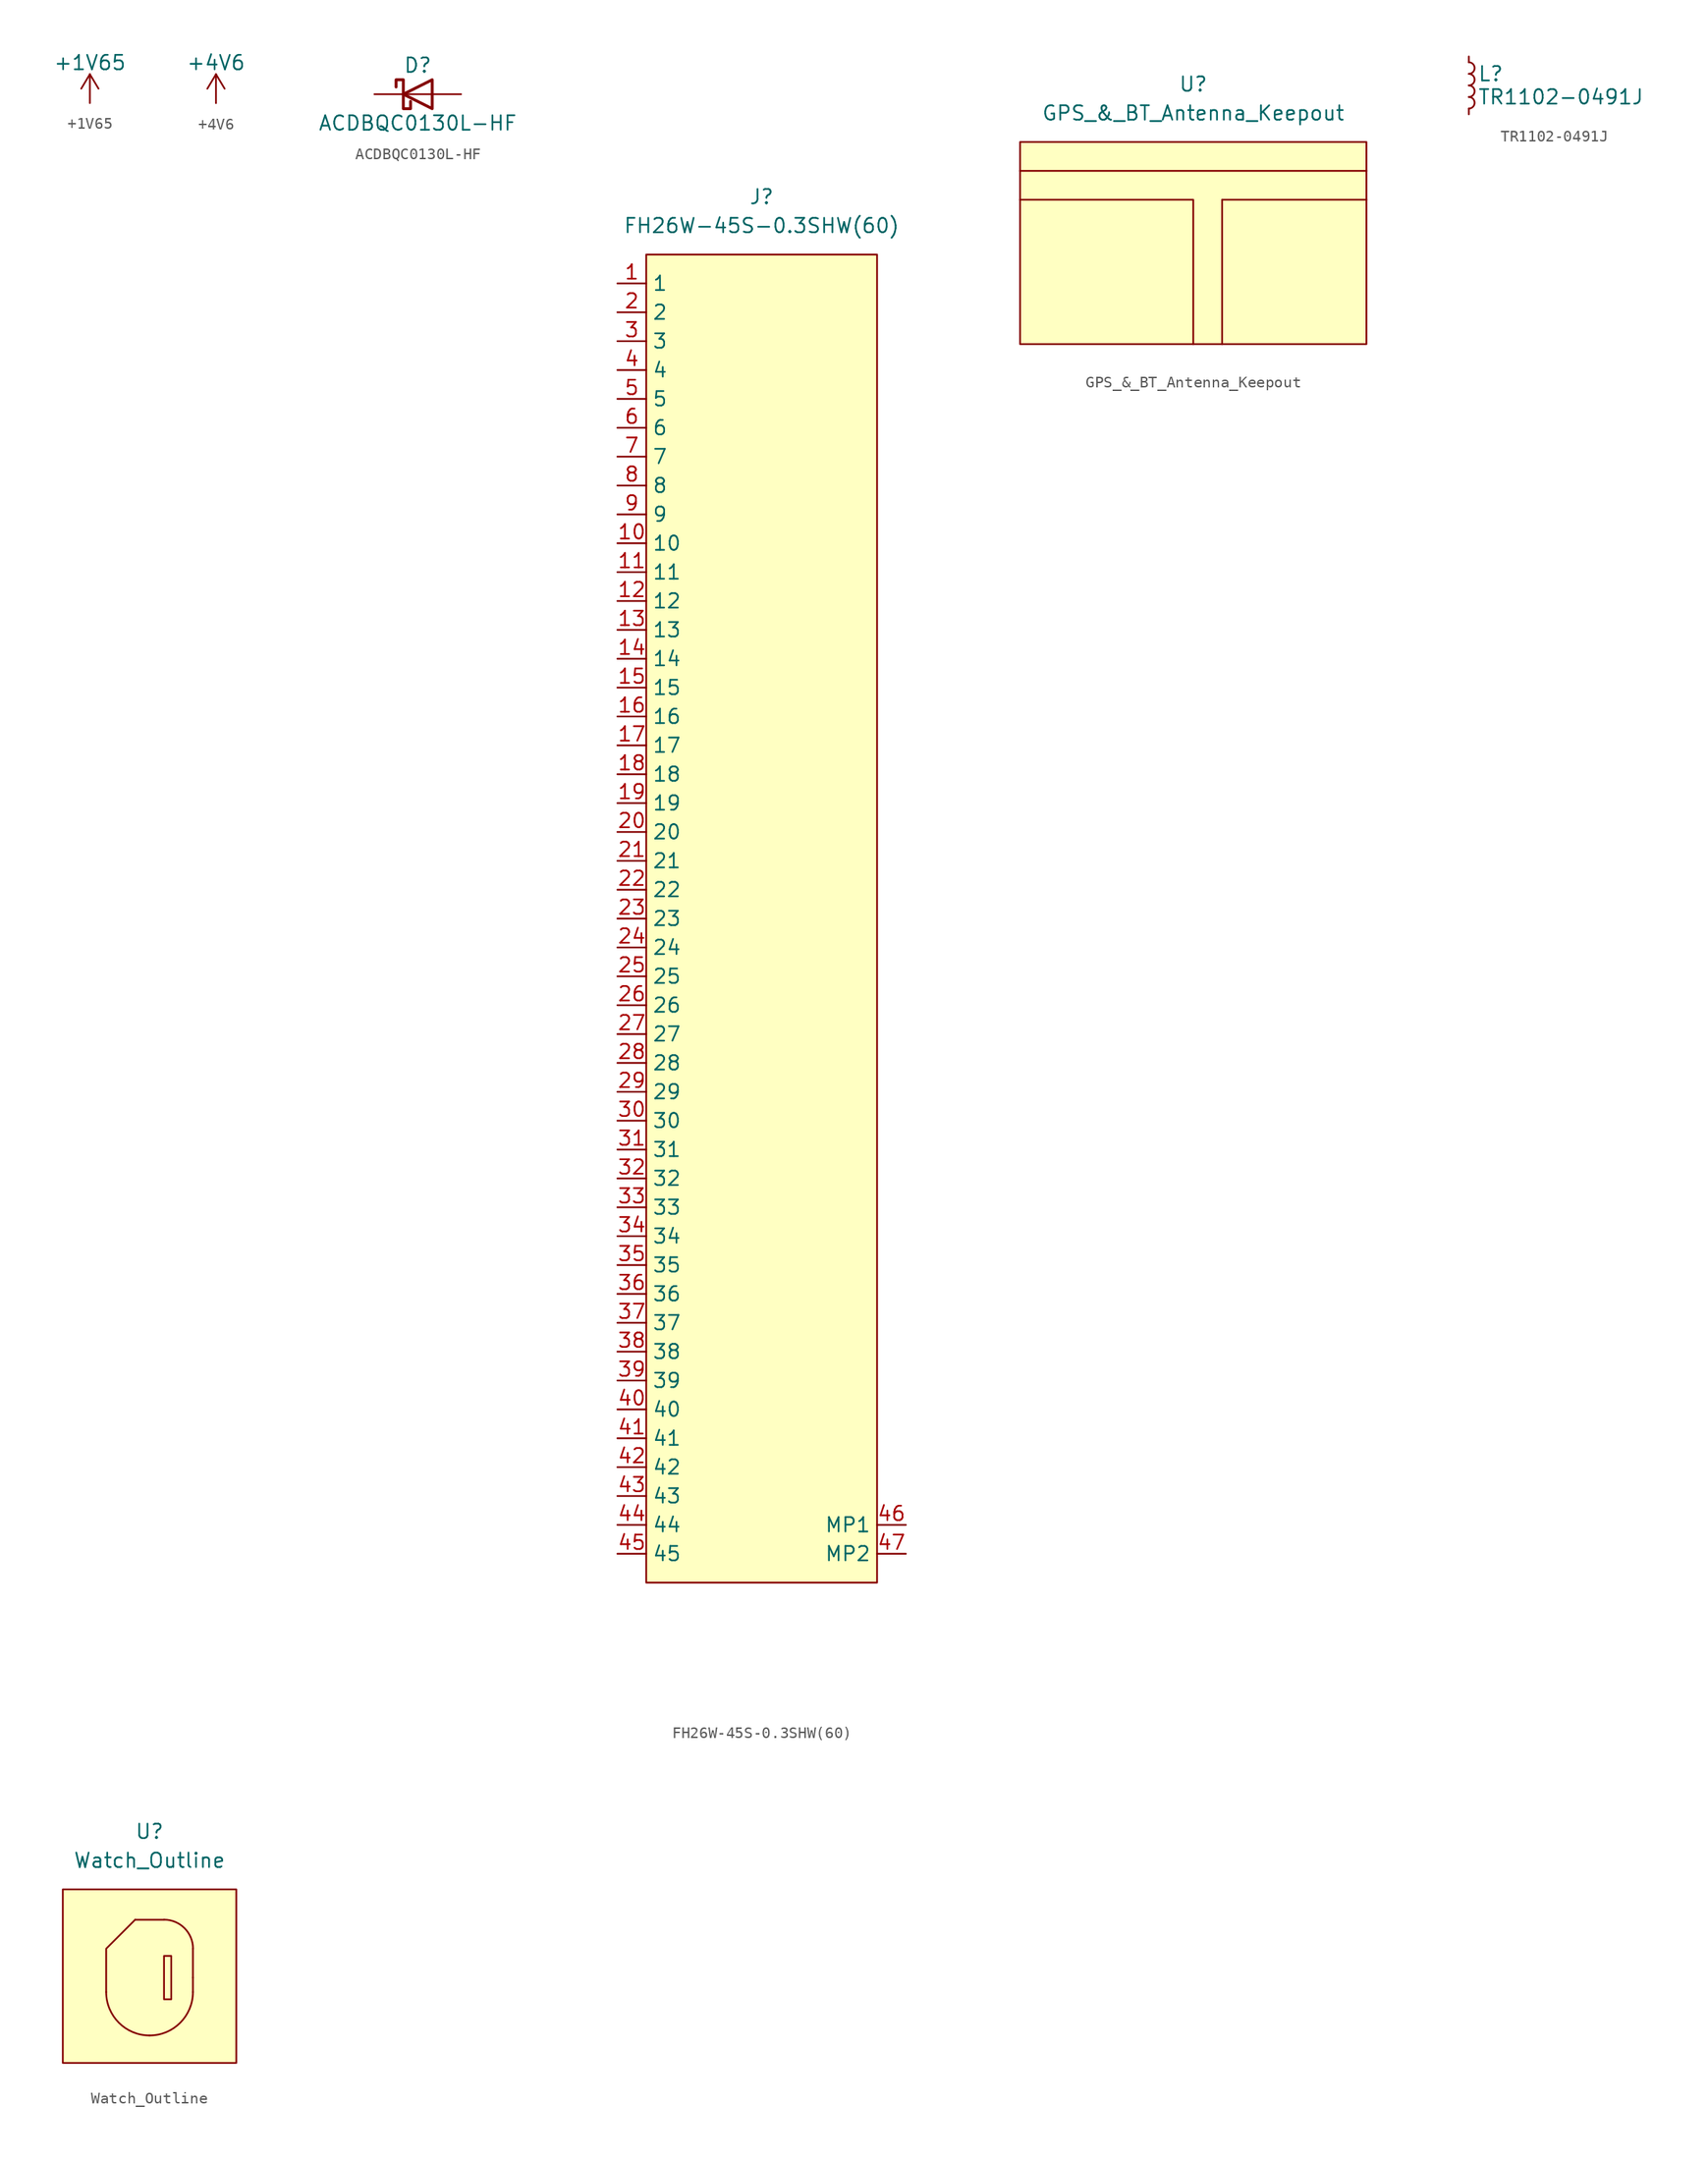
<source format=kicad_sym>
(kicad_symbol_lib
  (version 20220914)
  (generator kicad_symbol_editor)
  (symbol "+1V65"
    (power)
    (pin_names
      (offset 0))
    (property "Reference" "#PWR"
      (at 0 -3.81 0)
      (effects (font (size 1.27 1.27)) hide))
    (property "Value" "+1V65"
      (at 0 3.556 0)
      (effects (font (size 1.27 1.27))))
    (symbol "+1V65_0_1"
      (polyline (pts (xy -0.762 1.27) (xy 0 2.54)) (stroke (width 0) (type default)) (fill (type none)))
      (polyline (pts (xy 0 0) (xy 0 2.54)) (stroke (width 0) (type default)) (fill (type none)))
      (polyline (pts (xy 0 2.54) (xy 0.762 1.27)) (stroke (width 0) (type default)) (fill (type none))))
    (symbol "+1V65_1_1"
      (pin power_in line (at 0 0 90) (length 0) hide (name "+1V65" (effects (font (size 1.27 1.27)))) (number "1" (effects (font (size 1.27 1.27)))))))
  (symbol "+4V6"
    (power)
    (pin_names
      (offset 0))
    (property "Reference" "#PWR"
      (at 0 -3.81 0)
      (effects (font (size 1.27 1.27)) hide))
    (property "Value" "+4V6"
      (at 0 3.556 0)
      (effects (font (size 1.27 1.27))))
    (symbol "+4V6_0_1"
      (polyline (pts (xy -0.762 1.27) (xy 0 2.54)) (stroke (width 0) (type default)) (fill (type none)))
      (polyline (pts (xy 0 0) (xy 0 2.54)) (stroke (width 0) (type default)) (fill (type none)))
      (polyline (pts (xy 0 2.54) (xy 0.762 1.27)) (stroke (width 0) (type default)) (fill (type none))))
    (symbol "+4V6_1_1"
      (pin power_in line (at 0 0 90) (length 0) hide (name "+4V6" (effects (font (size 1.27 1.27)))) (number "1" (effects (font (size 1.27 1.27)))))))
  (symbol "ACDBQC0130L-HF"
    (pin_numbers hide)
    (pin_names
      (offset 1.016) hide)
    (property "Reference" "D"
      (at 0 2.54 0)
      (effects (font (size 1.27 1.27))))
    (property "Value" "ACDBQC0130L-HF"
      (at 0 -2.54 0)
      (effects (font (size 1.27 1.27))))
    (symbol "ACDBQC0130L-HF_0_1"
      (polyline (pts (xy 1.27 0) (xy -1.27 0)) (stroke (width 0) (type default)) (fill (type none)))
      (polyline (pts (xy 1.27 1.27) (xy 1.27 -1.27) (xy -1.27 0) (xy 1.27 1.27)) (stroke (width 0.254) (type default)) (fill (type none)))
      (polyline (pts (xy -1.905 0.635) (xy -1.905 1.27) (xy -1.27 1.27) (xy -1.27 -1.27) (xy -0.635 -1.27) (xy -0.635 -0.635)) (stroke (width 0.254) (type default)) (fill (type none))))
    (symbol "ACDBQC0130L-HF_1_1"
      (pin passive line (at -3.81 0 0) (length 2.54) (name "K" (effects (font (size 1.27 1.27)))) (number "1" (effects (font (size 1.27 1.27)))))
      (pin passive line (at 3.81 0 180) (length 2.54) (name "A" (effects (font (size 1.27 1.27)))) (number "2" (effects (font (size 1.27 1.27)))))))
  (symbol "FH26W-45S-0.3SHW(60)"
    (property "Reference" "J"
      (at 0 7.62 0)
      (effects (font (size 1.27 1.27))))
    (property "Value" "FH26W-45S-0.3SHW(60)"
      (at 0 5.08 0)
      (effects (font (size 1.27 1.27))))
    (symbol "FH26W-45S-0.3SHW(60)_0_0"
      (pin passive line (at -12.7 0 0) (length 2.54) (name "1" (effects (font (size 1.27 1.27)))) (number "1" (effects (font (size 1.27 1.27)))))
      (pin passive line (at -12.7 -22.86 0) (length 2.54) (name "10" (effects (font (size 1.27 1.27)))) (number "10" (effects (font (size 1.27 1.27)))))
      (pin passive line (at -12.7 -25.4 0) (length 2.54) (name "11" (effects (font (size 1.27 1.27)))) (number "11" (effects (font (size 1.27 1.27)))))
      (pin passive line (at -12.7 -27.94 0) (length 2.54) (name "12" (effects (font (size 1.27 1.27)))) (number "12" (effects (font (size 1.27 1.27)))))
      (pin passive line (at -12.7 -30.48 0) (length 2.54) (name "13" (effects (font (size 1.27 1.27)))) (number "13" (effects (font (size 1.27 1.27)))))
      (pin passive line (at -12.7 -33.02 0) (length 2.54) (name "14" (effects (font (size 1.27 1.27)))) (number "14" (effects (font (size 1.27 1.27)))))
      (pin passive line (at -12.7 -35.56 0) (length 2.54) (name "15" (effects (font (size 1.27 1.27)))) (number "15" (effects (font (size 1.27 1.27)))))
      (pin passive line (at -12.7 -38.1 0) (length 2.54) (name "16" (effects (font (size 1.27 1.27)))) (number "16" (effects (font (size 1.27 1.27)))))
      (pin passive line (at -12.7 -40.64 0) (length 2.54) (name "17" (effects (font (size 1.27 1.27)))) (number "17" (effects (font (size 1.27 1.27)))))
      (pin passive line (at -12.7 -43.18 0) (length 2.54) (name "18" (effects (font (size 1.27 1.27)))) (number "18" (effects (font (size 1.27 1.27)))))
      (pin passive line (at -12.7 -45.72 0) (length 2.54) (name "19" (effects (font (size 1.27 1.27)))) (number "19" (effects (font (size 1.27 1.27)))))
      (pin passive line (at -12.7 -2.54 0) (length 2.54) (name "2" (effects (font (size 1.27 1.27)))) (number "2" (effects (font (size 1.27 1.27)))))
      (pin passive line (at -12.7 -48.26 0) (length 2.54) (name "20" (effects (font (size 1.27 1.27)))) (number "20" (effects (font (size 1.27 1.27)))))
      (pin passive line (at -12.7 -50.8 0) (length 2.54) (name "21" (effects (font (size 1.27 1.27)))) (number "21" (effects (font (size 1.27 1.27)))))
      (pin passive line (at -12.7 -53.34 0) (length 2.54) (name "22" (effects (font (size 1.27 1.27)))) (number "22" (effects (font (size 1.27 1.27)))))
      (pin passive line (at -12.7 -55.88 0) (length 2.54) (name "23" (effects (font (size 1.27 1.27)))) (number "23" (effects (font (size 1.27 1.27)))))
      (pin passive line (at -12.7 -58.42 0) (length 2.54) (name "24" (effects (font (size 1.27 1.27)))) (number "24" (effects (font (size 1.27 1.27)))))
      (pin passive line (at -12.7 -60.96 0) (length 2.54) (name "25" (effects (font (size 1.27 1.27)))) (number "25" (effects (font (size 1.27 1.27)))))
      (pin passive line (at -12.7 -63.5 0) (length 2.54) (name "26" (effects (font (size 1.27 1.27)))) (number "26" (effects (font (size 1.27 1.27)))))
      (pin passive line (at -12.7 -66.04 0) (length 2.54) (name "27" (effects (font (size 1.27 1.27)))) (number "27" (effects (font (size 1.27 1.27)))))
      (pin passive line (at -12.7 -68.58 0) (length 2.54) (name "28" (effects (font (size 1.27 1.27)))) (number "28" (effects (font (size 1.27 1.27)))))
      (pin passive line (at -12.7 -71.12 0) (length 2.54) (name "29" (effects (font (size 1.27 1.27)))) (number "29" (effects (font (size 1.27 1.27)))))
      (pin passive line (at -12.7 -5.08 0) (length 2.54) (name "3" (effects (font (size 1.27 1.27)))) (number "3" (effects (font (size 1.27 1.27)))))
      (pin passive line (at -12.7 -73.66 0) (length 2.54) (name "30" (effects (font (size 1.27 1.27)))) (number "30" (effects (font (size 1.27 1.27)))))
      (pin passive line (at -12.7 -76.2 0) (length 2.54) (name "31" (effects (font (size 1.27 1.27)))) (number "31" (effects (font (size 1.27 1.27)))))
      (pin passive line (at -12.7 -78.74 0) (length 2.54) (name "32" (effects (font (size 1.27 1.27)))) (number "32" (effects (font (size 1.27 1.27)))))
      (pin passive line (at -12.7 -81.28 0) (length 2.54) (name "33" (effects (font (size 1.27 1.27)))) (number "33" (effects (font (size 1.27 1.27)))))
      (pin passive line (at -12.7 -83.82 0) (length 2.54) (name "34" (effects (font (size 1.27 1.27)))) (number "34" (effects (font (size 1.27 1.27)))))
      (pin passive line (at -12.7 -86.36 0) (length 2.54) (name "35" (effects (font (size 1.27 1.27)))) (number "35" (effects (font (size 1.27 1.27)))))
      (pin passive line (at -12.7 -88.9 0) (length 2.54) (name "36" (effects (font (size 1.27 1.27)))) (number "36" (effects (font (size 1.27 1.27)))))
      (pin passive line (at -12.7 -91.44 0) (length 2.54) (name "37" (effects (font (size 1.27 1.27)))) (number "37" (effects (font (size 1.27 1.27)))))
      (pin passive line (at -12.7 -93.98 0) (length 2.54) (name "38" (effects (font (size 1.27 1.27)))) (number "38" (effects (font (size 1.27 1.27)))))
      (pin passive line (at -12.7 -96.52 0) (length 2.54) (name "39" (effects (font (size 1.27 1.27)))) (number "39" (effects (font (size 1.27 1.27)))))
      (pin passive line (at -12.7 -7.62 0) (length 2.54) (name "4" (effects (font (size 1.27 1.27)))) (number "4" (effects (font (size 1.27 1.27)))))
      (pin passive line (at -12.7 -99.06 0) (length 2.54) (name "40" (effects (font (size 1.27 1.27)))) (number "40" (effects (font (size 1.27 1.27)))))
      (pin passive line (at -12.7 -101.6 0) (length 2.54) (name "41" (effects (font (size 1.27 1.27)))) (number "41" (effects (font (size 1.27 1.27)))))
      (pin passive line (at -12.7 -104.14 0) (length 2.54) (name "42" (effects (font (size 1.27 1.27)))) (number "42" (effects (font (size 1.27 1.27)))))
      (pin passive line (at -12.7 -106.68 0) (length 2.54) (name "43" (effects (font (size 1.27 1.27)))) (number "43" (effects (font (size 1.27 1.27)))))
      (pin passive line (at -12.7 -109.22 0) (length 2.54) (name "44" (effects (font (size 1.27 1.27)))) (number "44" (effects (font (size 1.27 1.27)))))
      (pin passive line (at -12.7 -111.76 0) (length 2.54) (name "45" (effects (font (size 1.27 1.27)))) (number "45" (effects (font (size 1.27 1.27)))))
      (pin passive line (at 12.7 -109.22 180) (length 2.54) (name "MP1" (effects (font (size 1.27 1.27)))) (number "46" (effects (font (size 1.27 1.27)))))
      (pin passive line (at 12.7 -111.76 180) (length 2.54) (name "MP2" (effects (font (size 1.27 1.27)))) (number "47" (effects (font (size 1.27 1.27)))))
      (pin passive line (at -12.7 -10.16 0) (length 2.54) (name "5" (effects (font (size 1.27 1.27)))) (number "5" (effects (font (size 1.27 1.27)))))
      (pin passive line (at -12.7 -12.7 0) (length 2.54) (name "6" (effects (font (size 1.27 1.27)))) (number "6" (effects (font (size 1.27 1.27)))))
      (pin passive line (at -12.7 -15.24 0) (length 2.54) (name "7" (effects (font (size 1.27 1.27)))) (number "7" (effects (font (size 1.27 1.27)))))
      (pin passive line (at -12.7 -17.78 0) (length 2.54) (name "8" (effects (font (size 1.27 1.27)))) (number "8" (effects (font (size 1.27 1.27)))))
      (pin passive line (at -12.7 -20.32 0) (length 2.54) (name "9" (effects (font (size 1.27 1.27)))) (number "9" (effects (font (size 1.27 1.27))))))
    (symbol "FH26W-45S-0.3SHW(60)_1_1"
      (rectangle (start -10.16 2.54) (end 10.16 -114.3) (stroke (width 0) (type default)) (fill (type background)))))
  (symbol "GPS_&_BT_Antenna_Keepout"
    (pin_numbers hide)
    (pin_names
      (offset 0) hide)
    (property "Reference" "U"
      (at 0 12.7 0)
      (effects (font (size 1.27 1.27))))
    (property "Value" "GPS_&_BT_Antenna_Keepout"
      (at 0 10.16 0)
      (effects (font (size 1.27 1.27))))
    (symbol "GPS_&_BT_Antenna_Keepout_0_1"
      (polyline (pts (xy -15.24 5.08) (xy 15.24 5.08)) (stroke (width 0) (type default)) (fill (type none)))
      (polyline (pts (xy 2.54 -10.16) (xy 2.54 2.54)) (stroke (width 0) (type default)) (fill (type none)))
      (polyline (pts (xy 2.54 2.54) (xy 15.24 2.54)) (stroke (width 0) (type default)) (fill (type none)))
      (polyline (pts (xy -15.24 2.54) (xy 0 2.54) (xy 0 -10.16)) (stroke (width 0) (type default)) (fill (type none))))
    (symbol "GPS_&_BT_Antenna_Keepout_1_1"
      (rectangle (start -15.24 7.62) (end 15.24 -10.16) (stroke (width 0) (type default)) (fill (type background)))))
  (symbol "TR1102-0491J"
    (pin_numbers hide)
    (pin_names
      (offset 0.254) hide)
    (property "Reference" "L"
      (at 0.762 1.016 0)
      (effects (font (size 1.27 1.27)) (justify left)))
    (property "Value" "TR1102-0491J"
      (at 0.762 -1.016 0)
      (effects (font (size 1.27 1.27)) (justify left)))
    (symbol "TR1102-0491J_0_1"
      (arc (start 0 -2.032) (mid 0.5058 -1.524) (end 0 -1.016) (stroke (width 0) (type default)) (fill (type none)))
      (arc (start 0 -1.016) (mid 0.5058 -0.508) (end 0 0) (stroke (width 0) (type default)) (fill (type none)))
      (arc (start 0 0) (mid 0.5058 0.508) (end 0 1.016) (stroke (width 0) (type default)) (fill (type none)))
      (arc (start 0 1.016) (mid 0.5058 1.524) (end 0 2.032) (stroke (width 0) (type default)) (fill (type none))))
    (symbol "TR1102-0491J_1_1"
      (pin passive line (at 0 2.54 270) (length 0.508) (name "~" (effects (font (size 1.27 1.27)))) (number "1" (effects (font (size 1.27 1.27)))))
      (pin passive line (at 0 -2.54 90) (length 0.508) (name "~" (effects (font (size 1.27 1.27)))) (number "2" (effects (font (size 1.27 1.27)))))))
  (symbol "Watch_Outline"
    (pin_numbers hide)
    (pin_names
      (offset 0) hide)
    (property "Reference" "U"
      (at 0 12.7 0)
      (effects (font (size 1.27 1.27))))
    (property "Value" "Watch_Outline"
      (at 0 10.16 0)
      (effects (font (size 1.27 1.27))))
    (symbol "Watch_Outline_1_1"
      (rectangle (start -7.62 7.62) (end 7.62 -7.62) (stroke (width 0) (type default)) (fill (type background)))
      (arc (start -3.81 -1.397) (mid -2.6941 -4.0911) (end 0 -5.207) (stroke (width 0) (type default)) (fill (type none)))
      (arc (start 0 -5.207) (mid 2.6941 -4.0911) (end 3.81 -1.397) (stroke (width 0) (type default)) (fill (type none)))
      (polyline (pts (xy -1.27 4.953) (xy 1.27 4.953)) (stroke (width 0) (type default)) (fill (type none)))
      (polyline (pts (xy 3.81 -1.397) (xy 3.81 -0.127)) (stroke (width 0) (type default)) (fill (type none)))
      (polyline (pts (xy 3.81 2.413) (xy 3.81 -0.127)) (stroke (width 0) (type default)) (fill (type none)))
      (polyline (pts (xy -1.27 4.953) (xy -3.81 2.413) (xy -3.81 -1.397)) (stroke (width 0) (type default)) (fill (type none)))
      (rectangle (start 1.27 1.778) (end 1.905 -2.032) (stroke (width 0) (type default)) (fill (type none)))
      (arc (start 3.818 2.421) (mid 3.0717 4.2147) (end 1.278 4.961) (stroke (width 0) (type default)) (fill (type none))))))
</source>
